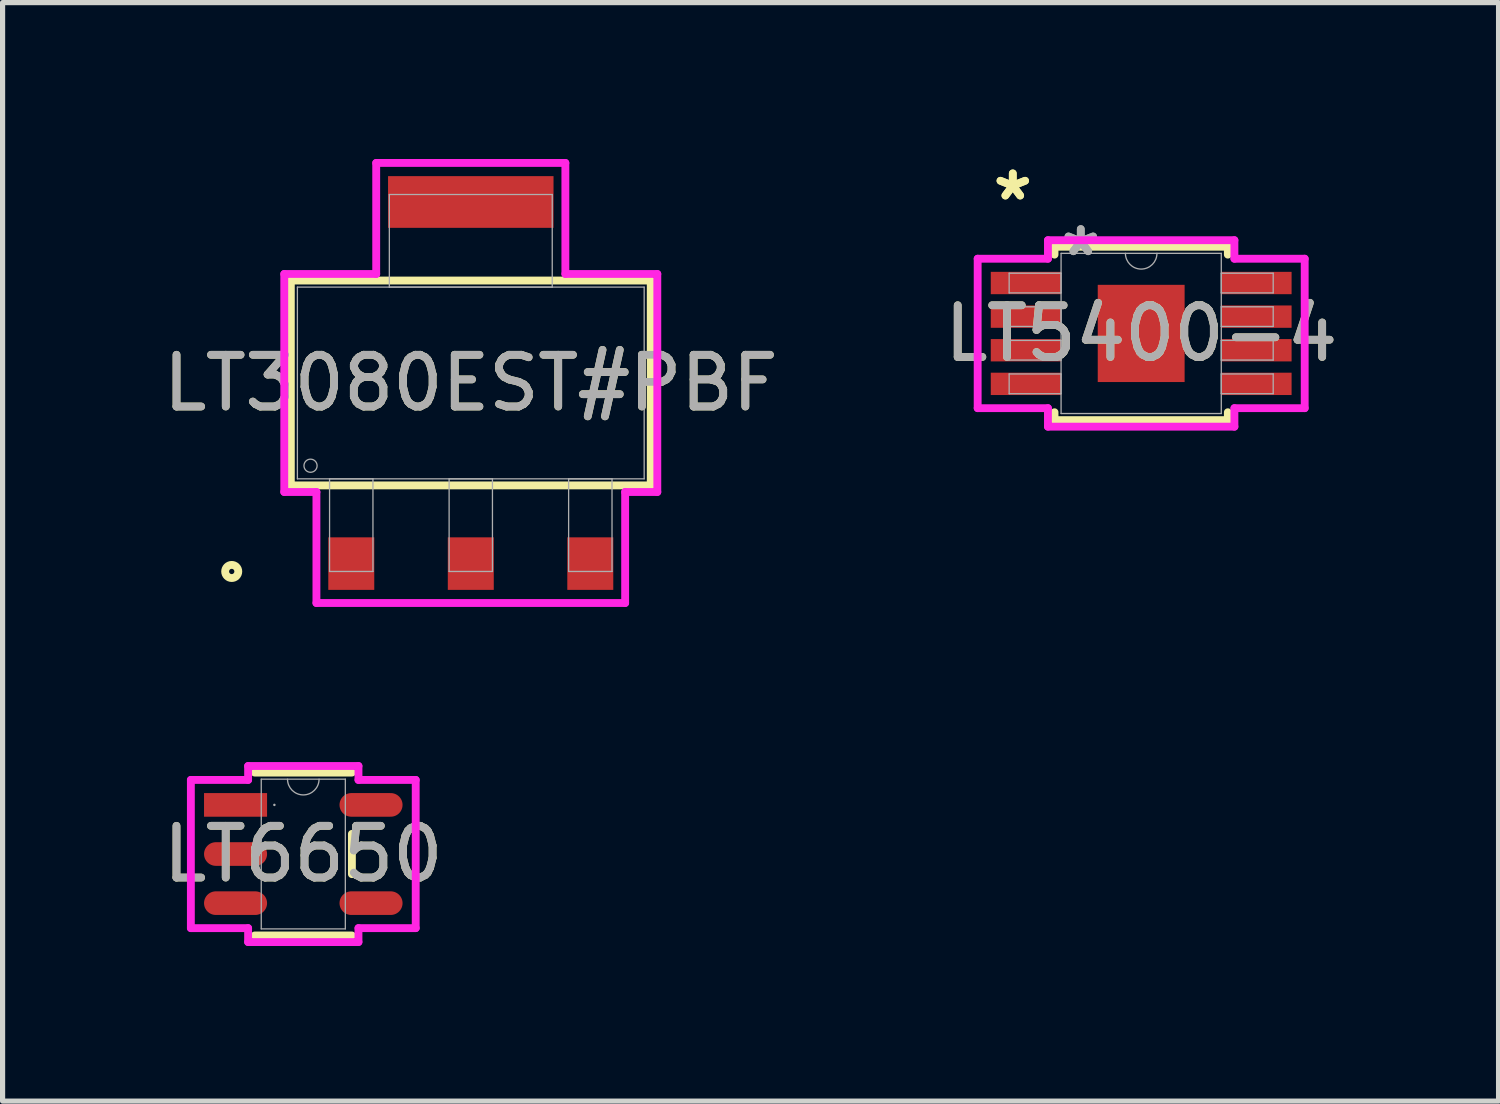
<source format=kicad_pcb>
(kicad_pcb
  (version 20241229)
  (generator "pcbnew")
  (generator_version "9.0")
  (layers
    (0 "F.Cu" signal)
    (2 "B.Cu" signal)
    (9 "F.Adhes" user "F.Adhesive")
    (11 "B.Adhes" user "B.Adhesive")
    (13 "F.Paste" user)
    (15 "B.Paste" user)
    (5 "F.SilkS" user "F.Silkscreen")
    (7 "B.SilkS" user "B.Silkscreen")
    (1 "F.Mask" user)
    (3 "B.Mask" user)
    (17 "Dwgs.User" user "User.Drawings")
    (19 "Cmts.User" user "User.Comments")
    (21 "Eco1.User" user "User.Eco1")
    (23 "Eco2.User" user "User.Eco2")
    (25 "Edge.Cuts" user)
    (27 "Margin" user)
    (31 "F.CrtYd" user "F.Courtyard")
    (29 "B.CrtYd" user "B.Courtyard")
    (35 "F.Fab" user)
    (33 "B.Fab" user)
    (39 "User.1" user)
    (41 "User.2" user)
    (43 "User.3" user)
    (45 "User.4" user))
  (footprint "LT5400-4"
    (layer "F.Cu")
    (at 19.018 3.398)
    (property "Reference" "LT5400-4" (at 0 0 0) (unlocked yes) (layer "F.SilkS") (effects (font (size 1 1) (thickness 0.15))))
    (attr smd)
    (fp_line (start -1.676 -1.676) (end -1.676 -1.524) (stroke (width 0.152) (type solid)) (layer "F.SilkS"))
    (fp_line (start -1.676 1.524) (end -1.676 1.676) (stroke (width 0.152) (type solid)) (layer "F.SilkS"))
    (fp_line (start -1.676 1.676) (end 1.676 1.676) (stroke (width 0.152) (type solid)) (layer "F.SilkS"))
    (fp_line (start 1.676 -1.676) (end -1.676 -1.676) (stroke (width 0.152) (type solid)) (layer "F.SilkS"))
    (fp_line (start 1.676 -1.524) (end 1.676 -1.676) (stroke (width 0.152) (type solid)) (layer "F.SilkS"))
    (fp_line (start 1.676 1.676) (end 1.676 1.524) (stroke (width 0.152) (type solid)) (layer "F.SilkS"))
    (fp_line (start -3.162 -1.445) (end -1.803 -1.445) (stroke (width 0.152) (type solid)) (layer "F.CrtYd"))
    (fp_line (start -3.162 1.445) (end -3.162 -1.445) (stroke (width 0.152) (type solid)) (layer "F.CrtYd"))
    (fp_line (start -3.162 1.445) (end -1.803 1.445) (stroke (width 0.152) (type solid)) (layer "F.CrtYd"))
    (fp_line (start -1.803 -1.803) (end 1.803 -1.803) (stroke (width 0.152) (type solid)) (layer "F.CrtYd"))
    (fp_line (start -1.803 -1.445) (end -1.803 -1.803) (stroke (width 0.152) (type solid)) (layer "F.CrtYd"))
    (fp_line (start -1.803 1.803) (end -1.803 1.445) (stroke (width 0.152) (type solid)) (layer "F.CrtYd"))
    (fp_line (start 1.803 -1.803) (end 1.803 -1.445) (stroke (width 0.152) (type solid)) (layer "F.CrtYd"))
    (fp_line (start 1.803 1.445) (end 1.803 1.803) (stroke (width 0.152) (type solid)) (layer "F.CrtYd"))
    (fp_line (start 1.803 1.803) (end -1.803 1.803) (stroke (width 0.152) (type solid)) (layer "F.CrtYd"))
    (fp_line (start 3.162 -1.445) (end 1.803 -1.445) (stroke (width 0.152) (type solid)) (layer "F.CrtYd"))
    (fp_line (start 3.162 -1.445) (end 3.162 1.445) (stroke (width 0.152) (type solid)) (layer "F.CrtYd"))
    (fp_line (start 3.162 1.445) (end 1.803 1.445) (stroke (width 0.152) (type solid)) (layer "F.CrtYd"))
    (fp_line (start -2.553 -1.165) (end -2.553 -0.784) (stroke (width 0.025) (type solid)) (layer "F.Fab"))
    (fp_line (start -2.553 -0.784) (end -1.549 -0.784) (stroke (width 0.025) (type solid)) (layer "F.Fab"))
    (fp_line (start -2.553 -0.515) (end -2.553 -0.135) (stroke (width 0.025) (type solid)) (layer "F.Fab"))
    (fp_line (start -2.553 -0.135) (end -1.549 -0.135) (stroke (width 0.025) (type solid)) (layer "F.Fab"))
    (fp_line (start -2.553 0.135) (end -2.553 0.515) (stroke (width 0.025) (type solid)) (layer "F.Fab"))
    (fp_line (start -2.553 0.515) (end -1.549 0.515) (stroke (width 0.025) (type solid)) (layer "F.Fab"))
    (fp_line (start -2.553 0.784) (end -2.553 1.165) (stroke (width 0.025) (type solid)) (layer "F.Fab"))
    (fp_line (start -2.553 1.165) (end -1.549 1.165) (stroke (width 0.025) (type solid)) (layer "F.Fab"))
    (fp_line (start -1.549 -1.549) (end -1.549 1.549) (stroke (width 0.025) (type solid)) (layer "F.Fab"))
    (fp_line (start -1.549 -1.165) (end -2.553 -1.165) (stroke (width 0.025) (type solid)) (layer "F.Fab"))
    (fp_line (start -1.549 -0.784) (end -1.549 -1.165) (stroke (width 0.025) (type solid)) (layer "F.Fab"))
    (fp_line (start -1.549 -0.515) (end -2.553 -0.515) (stroke (width 0.025) (type solid)) (layer "F.Fab"))
    (fp_line (start -1.549 -0.135) (end -1.549 -0.515) (stroke (width 0.025) (type solid)) (layer "F.Fab"))
    (fp_line (start -1.549 0.135) (end -2.553 0.135) (stroke (width 0.025) (type solid)) (layer "F.Fab"))
    (fp_line (start -1.549 0.515) (end -1.549 0.135) (stroke (width 0.025) (type solid)) (layer "F.Fab"))
    (fp_line (start -1.549 0.784) (end -2.553 0.784) (stroke (width 0.025) (type solid)) (layer "F.Fab"))
    (fp_line (start -1.549 1.165) (end -1.549 0.784) (stroke (width 0.025) (type solid)) (layer "F.Fab"))
    (fp_line (start -1.549 1.549) (end 1.549 1.549) (stroke (width 0.025) (type solid)) (layer "F.Fab"))
    (fp_line (start 1.549 -1.549) (end -1.549 -1.549) (stroke (width 0.025) (type solid)) (layer "F.Fab"))
    (fp_line (start 1.549 -1.165) (end 1.549 -0.784) (stroke (width 0.025) (type solid)) (layer "F.Fab"))
    (fp_line (start 1.549 -0.784) (end 2.553 -0.784) (stroke (width 0.025) (type solid)) (layer "F.Fab"))
    (fp_line (start 1.549 -0.515) (end 1.549 -0.135) (stroke (width 0.025) (type solid)) (layer "F.Fab"))
    (fp_line (start 1.549 -0.135) (end 2.553 -0.135) (stroke (width 0.025) (type solid)) (layer "F.Fab"))
    (fp_line (start 1.549 0.135) (end 1.549 0.515) (stroke (width 0.025) (type solid)) (layer "F.Fab"))
    (fp_line (start 1.549 0.515) (end 2.553 0.515) (stroke (width 0.025) (type solid)) (layer "F.Fab"))
    (fp_line (start 1.549 0.784) (end 1.549 1.165) (stroke (width 0.025) (type solid)) (layer "F.Fab"))
    (fp_line (start 1.549 1.165) (end 2.553 1.165) (stroke (width 0.025) (type solid)) (layer "F.Fab"))
    (fp_line (start 1.549 1.549) (end 1.549 -1.549) (stroke (width 0.025) (type solid)) (layer "F.Fab"))
    (fp_line (start 2.553 -1.165) (end 1.549 -1.165) (stroke (width 0.025) (type solid)) (layer "F.Fab"))
    (fp_line (start 2.553 -0.784) (end 2.553 -1.165) (stroke (width 0.025) (type solid)) (layer "F.Fab"))
    (fp_line (start 2.553 -0.515) (end 1.549 -0.515) (stroke (width 0.025) (type solid)) (layer "F.Fab"))
    (fp_line (start 2.553 -0.135) (end 2.553 -0.515) (stroke (width 0.025) (type solid)) (layer "F.Fab"))
    (fp_line (start 2.553 0.135) (end 1.549 0.135) (stroke (width 0.025) (type solid)) (layer "F.Fab"))
    (fp_line (start 2.553 0.515) (end 2.553 0.135) (stroke (width 0.025) (type solid)) (layer "F.Fab"))
    (fp_line (start 2.553 0.784) (end 1.549 0.784) (stroke (width 0.025) (type solid)) (layer "F.Fab"))
    (fp_line (start 2.553 1.165) (end 2.553 0.784) (stroke (width 0.025) (type solid)) (layer "F.Fab"))
    (fp_arc (start 0.3048 -1.5494) (mid 0 -1.2446) (end -0.3048 -1.5494) (stroke (width 0.0254) (type solid)) (layer "F.Fab"))
    (fp_text user "*" (at -2.483 -2.55 0) (layer "F.SilkS") (effects (font (size 1 1) (thickness 0.15))))
    (fp_text user "*" (at -2.483 -2.55 0) (unlocked yes) (layer "F.SilkS") (effects (font (size 1 1) (thickness 0.15))))
    (fp_text user "*" (at -1.168 -1.473 0) (unlocked yes) (layer "F.Fab") (effects (font (size 1 1) (thickness 0.15))))
    (fp_text user "*" (at -1.168 -1.473 0) (layer "F.Fab") (effects (font (size 1 1) (thickness 0.15))))
    (fp_text user "${REFERENCE}" (at 0 0 0) (unlocked yes) (layer "F.Fab") (effects (font (size 1 1) (thickness 0.15))))
    (pad "1" smd rect (at -2.229 -0.975) (size 1.359 0.432) (layers "F.Cu" "F.Mask" "F.Paste"))
    (pad "2" smd rect (at -2.229 -0.325) (size 1.359 0.432) (layers "F.Cu" "F.Mask" "F.Paste"))
    (pad "3" smd rect (at -2.229 0.325) (size 1.359 0.432) (layers "F.Cu" "F.Mask" "F.Paste"))
    (pad "4" smd rect (at -2.229 0.975) (size 1.359 0.432) (layers "F.Cu" "F.Mask" "F.Paste"))
    (pad "5" smd rect (at 2.229 0.975) (size 1.359 0.432) (layers "F.Cu" "F.Mask" "F.Paste"))
    (pad "6" smd rect (at 2.229 0.325) (size 1.359 0.432) (layers "F.Cu" "F.Mask" "F.Paste"))
    (pad "7" smd rect (at 2.229 -0.325) (size 1.359 0.432) (layers "F.Cu" "F.Mask" "F.Paste"))
    (pad "8" smd rect (at 2.229 -0.975) (size 1.359 0.432) (layers "F.Cu" "F.Mask" "F.Paste"))
    (pad "GND" smd rect (at 0 0) (size 1.68 1.88) (layers "F.Cu" "F.Mask" "F.Paste")))
  (footprint "LT3080EST#PBF"
    (layer "F.Cu")
    (at 6.054 4.356)
    (property "Reference" "LT3080EST#PBF" (at 0 0 0) (unlocked yes) (layer "F.SilkS") (effects (font (size 1 1) (thickness 0.15))))
    (attr smd)
    (fp_poly (pts (xy 1.626 -4.356) (xy -1.626 -4.356) (xy -1.626 -2.629) (xy 1.626 -2.629)) (stroke (width 0) (type solid)) (fill yes) (layer "F.Mask"))
    (fp_line (start -3.48 -1.981) (end -3.48 1.981) (stroke (width 0.152) (type solid)) (layer "F.SilkS"))
    (fp_line (start -3.48 1.981) (end 3.48 1.981) (stroke (width 0.152) (type solid)) (layer "F.SilkS"))
    (fp_line (start 3.48 -1.981) (end -3.48 -1.981) (stroke (width 0.152) (type solid)) (layer "F.SilkS"))
    (fp_line (start 3.48 1.981) (end 3.48 -1.981) (stroke (width 0.152) (type solid)) (layer "F.SilkS"))
    (fp_circle (center -4.623 3.645) (end -4.496 3.645) (stroke (width 0.152) (type solid)) (fill no) (layer "F.SilkS"))
    (fp_line (start -3.607 -2.108) (end -1.829 -2.108) (stroke (width 0.152) (type solid)) (layer "F.CrtYd"))
    (fp_line (start -3.607 2.108) (end -3.607 -2.108) (stroke (width 0.152) (type solid)) (layer "F.CrtYd"))
    (fp_line (start -2.985 2.108) (end -3.607 2.108) (stroke (width 0.152) (type solid)) (layer "F.CrtYd"))
    (fp_line (start -2.985 4.255) (end -2.985 2.108) (stroke (width 0.152) (type solid)) (layer "F.CrtYd"))
    (fp_line (start -1.829 -4.255) (end 1.829 -4.255) (stroke (width 0.152) (type solid)) (layer "F.CrtYd"))
    (fp_line (start -1.829 -2.108) (end -1.829 -4.255) (stroke (width 0.152) (type solid)) (layer "F.CrtYd"))
    (fp_line (start 1.829 -4.255) (end 1.829 -2.108) (stroke (width 0.152) (type solid)) (layer "F.CrtYd"))
    (fp_line (start 1.829 -2.108) (end 3.607 -2.108) (stroke (width 0.152) (type solid)) (layer "F.CrtYd"))
    (fp_line (start 2.985 2.108) (end 2.985 4.255) (stroke (width 0.152) (type solid)) (layer "F.CrtYd"))
    (fp_line (start 2.985 4.255) (end -2.985 4.255) (stroke (width 0.152) (type solid)) (layer "F.CrtYd"))
    (fp_line (start 3.607 -2.108) (end 3.607 2.108) (stroke (width 0.152) (type solid)) (layer "F.CrtYd"))
    (fp_line (start 3.607 2.108) (end 2.985 2.108) (stroke (width 0.152) (type solid)) (layer "F.CrtYd"))
    (fp_line (start -3.353 -1.854) (end -3.353 1.854) (stroke (width 0.025) (type solid)) (layer "F.Fab"))
    (fp_line (start -3.353 1.854) (end 3.353 1.854) (stroke (width 0.025) (type solid)) (layer "F.Fab"))
    (fp_line (start -2.731 1.854) (end -2.731 3.645) (stroke (width 0.025) (type solid)) (layer "F.Fab"))
    (fp_line (start -2.731 3.645) (end -1.892 3.645) (stroke (width 0.025) (type solid)) (layer "F.Fab"))
    (fp_line (start -1.892 1.854) (end -2.731 1.854) (stroke (width 0.025) (type solid)) (layer "F.Fab"))
    (fp_line (start -1.892 3.645) (end -1.892 1.854) (stroke (width 0.025) (type solid)) (layer "F.Fab"))
    (fp_line (start -1.575 -3.645) (end -1.575 -1.854) (stroke (width 0.025) (type solid)) (layer "F.Fab"))
    (fp_line (start -1.575 -1.854) (end 1.575 -1.854) (stroke (width 0.025) (type solid)) (layer "F.Fab"))
    (fp_line (start -0.419 1.854) (end -0.419 3.645) (stroke (width 0.025) (type solid)) (layer "F.Fab"))
    (fp_line (start -0.419 3.645) (end 0.419 3.645) (stroke (width 0.025) (type solid)) (layer "F.Fab"))
    (fp_line (start 0.419 1.854) (end -0.419 1.854) (stroke (width 0.025) (type solid)) (layer "F.Fab"))
    (fp_line (start 0.419 3.645) (end 0.419 1.854) (stroke (width 0.025) (type solid)) (layer "F.Fab"))
    (fp_line (start 1.575 -3.645) (end -1.575 -3.645) (stroke (width 0.025) (type solid)) (layer "F.Fab"))
    (fp_line (start 1.575 -1.854) (end 1.575 -3.645) (stroke (width 0.025) (type solid)) (layer "F.Fab"))
    (fp_line (start 1.892 1.854) (end 1.892 3.645) (stroke (width 0.025) (type solid)) (layer "F.Fab"))
    (fp_line (start 1.892 3.645) (end 2.731 3.645) (stroke (width 0.025) (type solid)) (layer "F.Fab"))
    (fp_line (start 2.731 1.854) (end 1.892 1.854) (stroke (width 0.025) (type solid)) (layer "F.Fab"))
    (fp_line (start 2.731 3.645) (end 2.731 1.854) (stroke (width 0.025) (type solid)) (layer "F.Fab"))
    (fp_line (start 3.353 -1.854) (end -3.353 -1.854) (stroke (width 0.025) (type solid)) (layer "F.Fab"))
    (fp_line (start 3.353 1.854) (end 3.353 -1.854) (stroke (width 0.025) (type solid)) (layer "F.Fab"))
    (fp_circle (center -3.099 1.6) (end -2.972 1.6) (stroke (width 0.025) (type solid)) (fill no) (layer "F.Fab"))
    (fp_text user "${REFERENCE}" (at 0 0 0) (unlocked yes) (layer "F.Fab") (effects (font (size 1 1) (thickness 0.15))))
    (pad "1" smd rect (at -2.311 3.493) (size 0.889 1.016) (layers "F.Cu" "F.Mask" "F.Paste"))
    (pad "2" smd rect (at 0 3.493) (size 0.889 1.016) (layers "F.Cu" "F.Mask" "F.Paste"))
    (pad "3" smd rect (at 2.311 3.493) (size 0.889 1.016) (layers "F.Cu" "F.Mask" "F.Paste"))
    (pad "4" smd rect (at 0 -3.5) (size 3.2 1) (layers "F.Cu" "F.Mask" "F.Paste")))
  (footprint "LT6650"
    (layer "F.Cu")
    (at 2.815 13.465)
    (property "Reference" "LT6650" (at 0 0 0) (unlocked yes) (layer "F.SilkS") (effects (font (size 1 1) (thickness 0.15))))
    (attr smd)
    (fp_line (start -0.94 1.575) (end 0.94 1.575) (stroke (width 0.152) (type solid)) (layer "F.SilkS"))
    (fp_line (start 0.94 -1.575) (end -0.94 -1.575) (stroke (width 0.152) (type solid)) (layer "F.SilkS"))
    (fp_line (start 0.94 0.389) (end 0.94 -0.389) (stroke (width 0.152) (type solid)) (layer "F.SilkS"))
    (fp_line (start -2.174 -1.433) (end -1.067 -1.433) (stroke (width 0.152) (type solid)) (layer "F.CrtYd"))
    (fp_line (start -2.174 1.433) (end -2.174 -1.433) (stroke (width 0.152) (type solid)) (layer "F.CrtYd"))
    (fp_line (start -2.174 1.433) (end -1.067 1.433) (stroke (width 0.152) (type solid)) (layer "F.CrtYd"))
    (fp_line (start -1.067 -1.702) (end 1.067 -1.702) (stroke (width 0.152) (type solid)) (layer "F.CrtYd"))
    (fp_line (start -1.067 -1.433) (end -1.067 -1.702) (stroke (width 0.152) (type solid)) (layer "F.CrtYd"))
    (fp_line (start -1.067 1.702) (end -1.067 1.433) (stroke (width 0.152) (type solid)) (layer "F.CrtYd"))
    (fp_line (start 1.067 -1.702) (end 1.067 -1.433) (stroke (width 0.152) (type solid)) (layer "F.CrtYd"))
    (fp_line (start 1.067 1.433) (end 1.067 1.702) (stroke (width 0.152) (type solid)) (layer "F.CrtYd"))
    (fp_line (start 1.067 1.702) (end -1.067 1.702) (stroke (width 0.152) (type solid)) (layer "F.CrtYd"))
    (fp_line (start 2.174 -1.433) (end 1.067 -1.433) (stroke (width 0.152) (type solid)) (layer "F.CrtYd"))
    (fp_line (start 2.174 -1.433) (end 2.174 1.433) (stroke (width 0.152) (type solid)) (layer "F.CrtYd"))
    (fp_line (start 2.174 1.433) (end 1.067 1.433) (stroke (width 0.152) (type solid)) (layer "F.CrtYd"))
    (fp_line (start -0.813 -1.448) (end -0.813 1.448) (stroke (width 0.025) (type solid)) (layer "F.Fab"))
    (fp_line (start -0.813 1.448) (end 0.813 1.448) (stroke (width 0.025) (type solid)) (layer "F.Fab"))
    (fp_line (start 0.813 -1.448) (end -0.813 -1.448) (stroke (width 0.025) (type solid)) (layer "F.Fab"))
    (fp_line (start 0.813 1.448) (end 0.813 -1.448) (stroke (width 0.025) (type solid)) (layer "F.Fab"))
    (fp_arc (start 0.3048 -1.4478) (mid 0 -1.143) (end -0.3048 -1.4478) (stroke (width 0.0254) (type solid)) (layer "F.Fab"))
    (fp_circle (center -0.559 -0.95) (end -0.559 -0.95) (stroke (width 0.025) (type solid)) (fill no) (layer "F.Fab"))
    (fp_text user "${REFERENCE}" (at 0 0 0) (unlocked yes) (layer "F.Fab") (effects (font (size 1 1) (thickness 0.15))))
    (pad "1" smd rect (at -1.31 -0.95) (size 1.219 0.457) (layers "F.Cu" "F.Mask" "F.Paste"))
    (pad "2" smd oval (at -1.31 0) (size 1.219 0.457) (layers "F.Cu" "F.Mask" "F.Paste"))
    (pad "3" smd oval (at -1.31 0.95) (size 1.219 0.457) (layers "F.Cu" "F.Mask" "F.Paste"))
    (pad "4" smd oval (at 1.31 0.95) (size 1.219 0.457) (layers "F.Cu" "F.Mask" "F.Paste"))
    (pad "5" smd oval (at 1.31 -0.95) (size 1.219 0.457) (layers "F.Cu" "F.Mask" "F.Paste")))
  (gr_rect
    (start -3 -3)
    (end 25.929 18.243)
    (stroke (width 0.1) (type default))
    (fill no)
    (layer "Edge.Cuts")))
</source>
